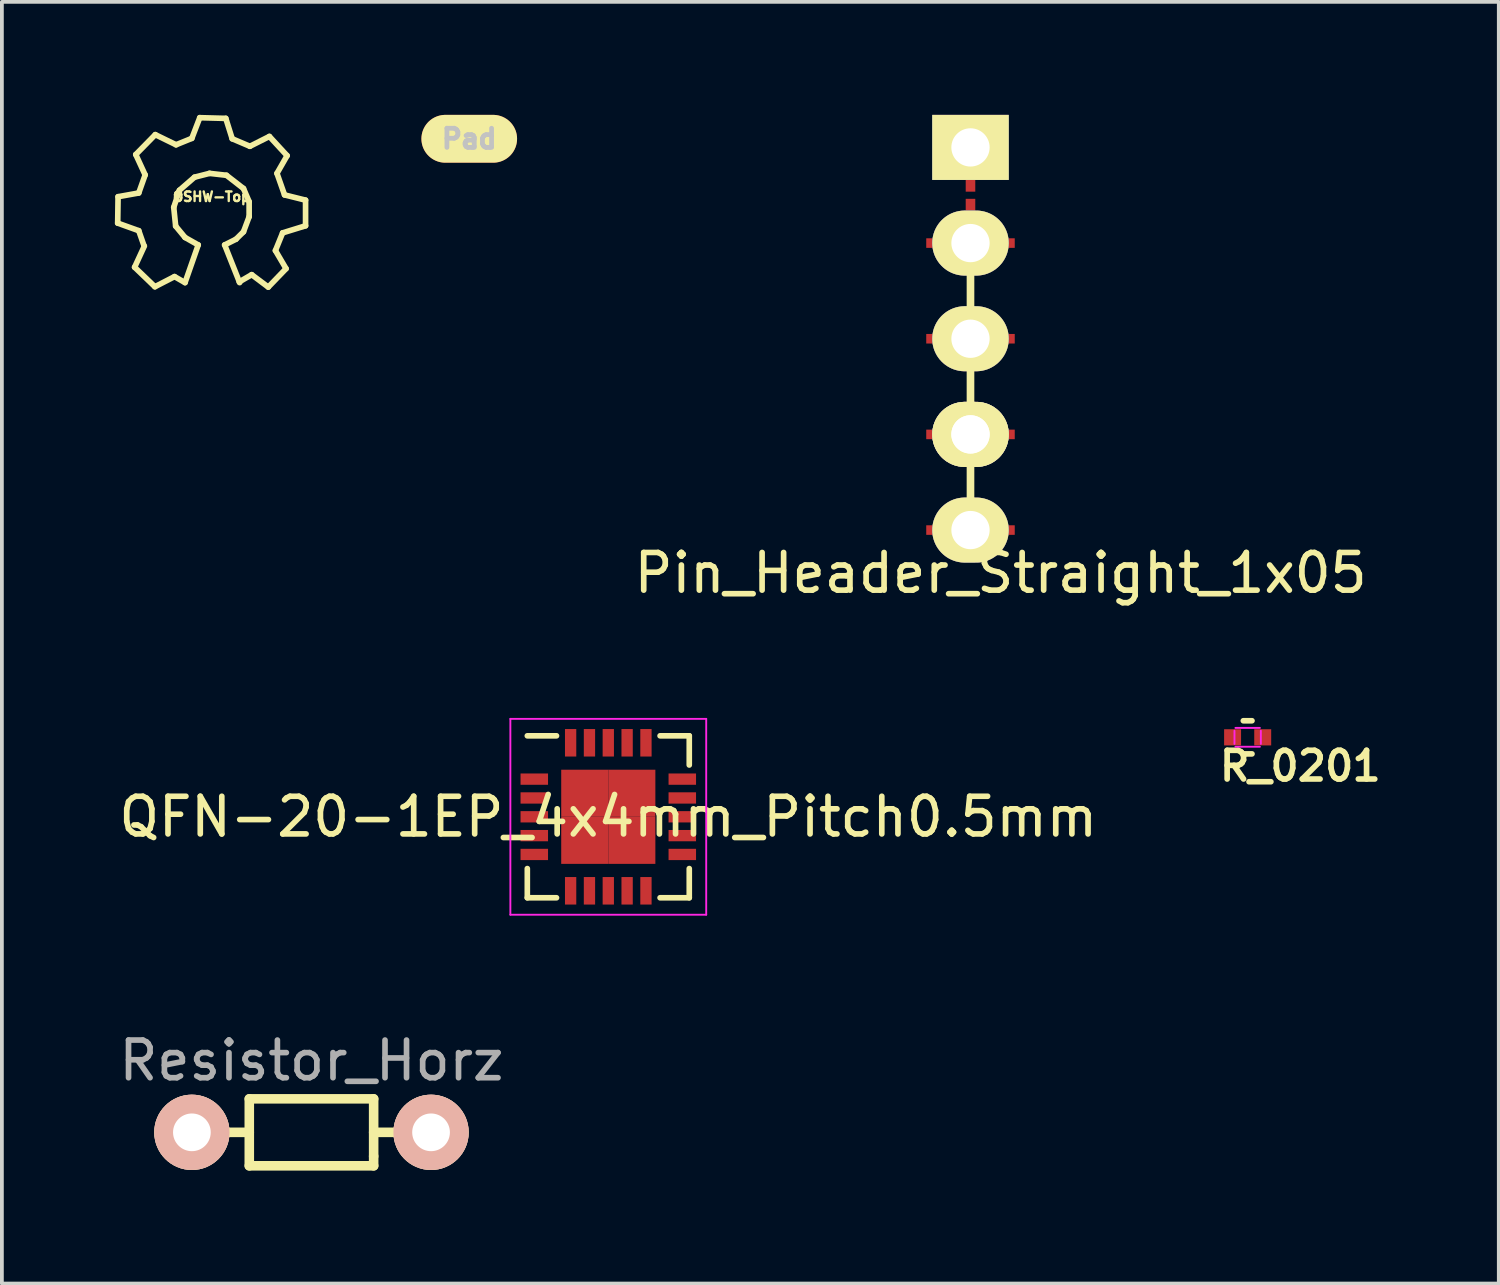
<source format=kicad_pcb>
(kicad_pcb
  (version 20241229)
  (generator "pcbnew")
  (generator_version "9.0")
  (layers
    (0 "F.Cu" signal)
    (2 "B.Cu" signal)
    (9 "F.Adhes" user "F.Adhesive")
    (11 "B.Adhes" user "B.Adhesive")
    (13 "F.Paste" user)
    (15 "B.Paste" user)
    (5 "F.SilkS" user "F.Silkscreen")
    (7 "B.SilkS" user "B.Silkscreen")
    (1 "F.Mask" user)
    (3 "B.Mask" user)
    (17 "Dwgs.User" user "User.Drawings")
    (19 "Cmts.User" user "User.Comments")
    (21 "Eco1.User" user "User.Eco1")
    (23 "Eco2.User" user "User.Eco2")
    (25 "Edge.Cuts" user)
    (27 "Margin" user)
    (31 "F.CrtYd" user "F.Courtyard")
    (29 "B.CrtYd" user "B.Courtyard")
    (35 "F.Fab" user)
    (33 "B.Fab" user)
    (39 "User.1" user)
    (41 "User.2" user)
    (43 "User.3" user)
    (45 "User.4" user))
  (footprint "Pad"
    (layer "F.Cu")
    (at 9.409 0.635)
    (property "Reference" "Pad" (at 0 0 0) (layer "Dwgs.User") (effects (font (size 0.508 0.508) (thickness 0.127))))
    (attr through_hole)
    (pad "1" smd oval (at 0 0) (size 2.54 1.27) (layers "F.Cu" "F.Mask" "F.SilkS" "F.Paste")))
  (footprint "R_0201"
    (layer "F.Cu")
    (at 30.077 16.527)
    (property "Reference" "R_0201" (at 1.397 0.762 0) (layer "F.SilkS") (effects (font (size 0.762 0.762) (thickness 0.15))))
    (attr smd)
    (fp_line (start -0.115 0.44) (end 0.115 0.44) (stroke (width 0.15) (type solid)) (layer "F.SilkS"))
    (fp_line (start 0.115 -0.44) (end -0.115 -0.44) (stroke (width 0.15) (type solid)) (layer "F.SilkS"))
    (fp_line (start -0.35 -0.175) (end -0.35 0.175) (stroke (width 0.05) (type solid)) (layer "F.CrtYd"))
    (fp_line (start -0.325 -0.25) (end 0.325 -0.25) (stroke (width 0.05) (type solid)) (layer "F.CrtYd"))
    (fp_line (start -0.325 0.25) (end 0.325 0.25) (stroke (width 0.05) (type solid)) (layer "F.CrtYd"))
    (fp_line (start 0.35 -0.175) (end 0.35 0.175) (stroke (width 0.05) (type solid)) (layer "F.CrtYd"))
    (pad "1" smd rect (at -0.4 0) (size 0.45 0.43) (layers "F.Cu" "F.Mask" "F.Paste"))
    (pad "2" smd rect (at 0.4 0) (size 0.45 0.43) (layers "F.Cu" "F.Mask" "F.Paste")))
  (footprint "Pin_Header_Straight_1x05"
    (layer "F.Cu")
    (at 22.718 0.864)
    (property "Reference" "Pin_Header_Straight_1x05" (at 0.8 11.3 0) (layer "F.SilkS") (effects (font (size 1 1) (thickness 0.15))))
    (attr through_hole)
    (fp_line (start 0 2.54) (end 0 10.16) (stroke (width 0.203) (type solid)) (layer "F.SilkS"))
    (pad "1" thru_hole rect (at 0 0) (size 2.032 1.727) (drill 1.016) (layers "*.Cu" "*.Mask" "F.SilkS"))
    (pad "1" smd rect (at 0 1.016) (size 0.254 0.318) (layers "F.Cu" "F.Mask" "F.Paste"))
    (pad "2" smd rect (at -1.016 2.54) (size 0.318 0.254) (layers "F.Cu" "F.Mask" "F.Paste"))
    (pad "2" smd rect (at 0 1.524) (size 0.254 0.318) (layers "F.Cu" "F.Mask" "F.Paste"))
    (pad "2" thru_hole oval (at 0 2.54) (size 2.032 1.727) (drill 1.016) (layers "*.Cu" "*.Mask" "F.SilkS"))
    (pad "2" smd rect (at 1.016 2.54) (size 0.318 0.254) (layers "F.Cu" "F.Mask" "F.Paste"))
    (pad "3" smd rect (at -1.016 5.08) (size 0.318 0.254) (layers "F.Cu" "F.Mask" "F.Paste"))
    (pad "3" thru_hole oval (at 0 5.08) (size 2.032 1.727) (drill 1.016) (layers "*.Cu" "*.Mask" "F.SilkS"))
    (pad "3" smd rect (at 1.016 5.08) (size 0.318 0.254) (layers "F.Cu" "F.Mask" "F.Paste"))
    (pad "4" smd rect (at -1.016 7.62) (size 0.318 0.254) (layers "F.Cu" "F.Mask" "F.Paste"))
    (pad "4" thru_hole oval (at 0 7.62) (size 2.032 1.727) (drill 1.016) (layers "*.Cu" "*.Mask" "F.SilkS"))
    (pad "4" thru_hole oval (at 0 7.62) (size 2.032 1.727) (drill 1.016) (layers "*.Cu" "*.Mask" "F.SilkS"))
    (pad "4" smd rect (at 1.016 7.62) (size 0.318 0.254) (layers "F.Cu" "F.Mask" "F.Paste"))
    (pad "5" smd rect (at -1.016 10.16) (size 0.318 0.254) (layers "F.Cu" "F.Mask" "F.Paste"))
    (pad "5" thru_hole oval (at 0 10.16) (size 2.032 1.727) (drill 1.016) (layers "*.Cu" "*.Mask" "F.SilkS"))
    (pad "5" smd rect (at 1.016 10.16) (size 0.318 0.254) (layers "F.Cu" "F.Mask" "F.Paste")))
  (footprint "Resistor_Horz"
    (layer "F.Cu")
    (at 5.22 27.015)
    (property "Reference" "Resistor_Horz" (at 0 -1.905 0) (layer "F.Fab") (effects (font (size 1 1) (thickness 0.15))))
    (attr through_hole)
    (fp_line (start -1.651 -0.889) (end 1.651 -0.889) (stroke (width 0.254) (type solid)) (layer "F.SilkS"))
    (fp_line (start -1.651 0) (end -2.413 0) (stroke (width 0.254) (type solid)) (layer "F.SilkS"))
    (fp_line (start -1.651 0.889) (end -1.651 -0.889) (stroke (width 0.254) (type solid)) (layer "F.SilkS"))
    (fp_line (start 1.651 -0.889) (end 1.651 0.635) (stroke (width 0.254) (type solid)) (layer "F.SilkS"))
    (fp_line (start 1.651 0) (end 2.413 0) (stroke (width 0.254) (type solid)) (layer "F.SilkS"))
    (fp_line (start 1.651 0.889) (end -1.651 0.889) (stroke (width 0.254) (type solid)) (layer "F.SilkS"))
    (fp_line (start 1.651 0.889) (end 1.651 0.635) (stroke (width 0.254) (type solid)) (layer "F.SilkS"))
    (pad "1" thru_hole circle (at -3.175 0) (size 1.999 1.999) (drill 1.001) (layers "*.Cu" "*.SilkS" "*.Mask"))
    (pad "2" thru_hole circle (at 3.175 0) (size 1.999 1.999) (drill 1.001) (layers "*.Cu" "*.SilkS" "*.Mask")))
  (footprint "QFN-20-1EP_4x4mm_Pitch0.5mm"
    (layer "F.Cu")
    (at 13.101 18.637)
    (property "Reference" "QFN-20-1EP_4x4mm_Pitch0.5mm" (at 0 0 0) (layer "F.SilkS") (effects (font (size 1 1) (thickness 0.15))))
    (attr smd)
    (fp_line (start -2.15 -2.15) (end -1.375 -2.15) (stroke (width 0.15) (type solid)) (layer "F.SilkS"))
    (fp_line (start -2.15 2.15) (end -2.15 1.375) (stroke (width 0.15) (type solid)) (layer "F.SilkS"))
    (fp_line (start -2.15 2.15) (end -1.375 2.15) (stroke (width 0.15) (type solid)) (layer "F.SilkS"))
    (fp_line (start 2.15 -2.15) (end 1.375 -2.15) (stroke (width 0.15) (type solid)) (layer "F.SilkS"))
    (fp_line (start 2.15 -2.15) (end 2.15 -1.375) (stroke (width 0.15) (type solid)) (layer "F.SilkS"))
    (fp_line (start 2.15 2.15) (end 1.375 2.15) (stroke (width 0.15) (type solid)) (layer "F.SilkS"))
    (fp_line (start 2.15 2.15) (end 2.15 1.375) (stroke (width 0.15) (type solid)) (layer "F.SilkS"))
    (fp_line (start -2.6 -2.6) (end -2.6 2.6) (stroke (width 0.05) (type solid)) (layer "F.CrtYd"))
    (fp_line (start -2.6 -2.6) (end 2.6 -2.6) (stroke (width 0.05) (type solid)) (layer "F.CrtYd"))
    (fp_line (start -2.6 2.6) (end 2.6 2.6) (stroke (width 0.05) (type solid)) (layer "F.CrtYd"))
    (fp_line (start 2.6 -2.6) (end 2.6 2.6) (stroke (width 0.05) (type solid)) (layer "F.CrtYd"))
    (pad "1" smd rect (at -1.965 -1) (size 0.73 0.3) (layers "F.Cu" "F.Mask" "F.Paste"))
    (pad "2" smd rect (at -1.965 -0.5) (size 0.73 0.3) (layers "F.Cu" "F.Mask" "F.Paste"))
    (pad "3" smd rect (at -1.965 0) (size 0.73 0.3) (layers "F.Cu" "F.Mask" "F.Paste"))
    (pad "4" smd rect (at -1.965 0.5) (size 0.73 0.3) (layers "F.Cu" "F.Mask" "F.Paste"))
    (pad "5" smd rect (at -1.965 1) (size 0.73 0.3) (layers "F.Cu" "F.Mask" "F.Paste"))
    (pad "6" smd rect (at -1 1.965 90) (size 0.73 0.3) (layers "F.Cu" "F.Mask" "F.Paste"))
    (pad "7" smd rect (at -0.5 1.965 90) (size 0.73 0.3) (layers "F.Cu" "F.Mask" "F.Paste"))
    (pad "8" smd rect (at -0.625 -0.625) (size 1.25 1.25) (layers "F.Cu" "F.Mask" "F.Paste"))
    (pad "8" smd rect (at -0.625 0.625) (size 1.25 1.25) (layers "F.Cu" "F.Mask" "F.Paste"))
    (pad "8" smd rect (at 0 1.965 90) (size 0.73 0.3) (layers "F.Cu" "F.Mask" "F.Paste"))
    (pad "8" smd rect (at 0.625 -0.625) (size 1.25 1.25) (layers "F.Cu" "F.Mask" "F.Paste"))
    (pad "8" smd rect (at 0.625 0.625) (size 1.25 1.25) (layers "F.Cu" "F.Mask" "F.Paste"))
    (pad "9" smd rect (at 0.5 1.965 90) (size 0.73 0.3) (layers "F.Cu" "F.Mask" "F.Paste"))
    (pad "10" smd rect (at 1 1.965 90) (size 0.73 0.3) (layers "F.Cu" "F.Mask" "F.Paste"))
    (pad "11" smd rect (at 1.965 1) (size 0.73 0.3) (layers "F.Cu" "F.Mask" "F.Paste"))
    (pad "12" smd rect (at 1.965 0.5) (size 0.73 0.3) (layers "F.Cu" "F.Mask" "F.Paste"))
    (pad "13" smd rect (at 1.965 0) (size 0.73 0.3) (layers "F.Cu" "F.Mask" "F.Paste"))
    (pad "14" smd rect (at 1.965 -0.5) (size 0.73 0.3) (layers "F.Cu" "F.Mask" "F.Paste"))
    (pad "15" smd rect (at 1.965 -1) (size 0.73 0.3) (layers "F.Cu" "F.Mask" "F.Paste"))
    (pad "16" smd rect (at 1 -1.965 90) (size 0.73 0.3) (layers "F.Cu" "F.Mask" "F.Paste"))
    (pad "17" smd rect (at 0.5 -1.965 90) (size 0.73 0.3) (layers "F.Cu" "F.Mask" "F.Paste"))
    (pad "18" smd rect (at 0 -1.965 90) (size 0.73 0.3) (layers "F.Cu" "F.Mask" "F.Paste"))
    (pad "19" smd rect (at -0.5 -1.965 90) (size 0.73 0.3) (layers "F.Cu" "F.Mask" "F.Paste"))
    (pad "20" smd rect (at -1 -1.965 90) (size 0.73 0.3) (layers "F.Cu" "F.Mask" "F.Paste")))
  (footprint "OSHW-Top"
    (layer "F.Cu")
    (at 2.564 2.554)
    (property "Reference" "OSHW-Top" (at 0 -0.381 0) (layer "F.SilkS") (effects (font (size 0.254 0.254) (thickness 0.064))))
    (attr through_hole)
    (fp_line (start -2.489 0.32) (end -1.93 0.521) (stroke (width 0.15) (type solid)) (layer "F.SilkS"))
    (fp_line (start -2.479 -0.381) (end -2.489 0.32) (stroke (width 0.15) (type solid)) (layer "F.SilkS"))
    (fp_line (start -2.04 1.491) (end -1.501 2.009) (stroke (width 0.15) (type solid)) (layer "F.SilkS"))
    (fp_line (start -2.009 -1.501) (end -1.76 -0.96) (stroke (width 0.15) (type solid)) (layer "F.SilkS"))
    (fp_line (start -1.93 -0.48) (end -2.479 -0.381) (stroke (width 0.15) (type solid)) (layer "F.SilkS"))
    (fp_line (start -1.93 0.521) (end -1.791 0.919) (stroke (width 0.15) (type solid)) (layer "F.SilkS"))
    (fp_line (start -1.781 0.93) (end -2.04 1.491) (stroke (width 0.15) (type solid)) (layer "F.SilkS"))
    (fp_line (start -1.76 -0.96) (end -1.93 -0.48) (stroke (width 0.15) (type solid)) (layer "F.SilkS"))
    (fp_line (start -1.501 2.009) (end -0.98 1.74) (stroke (width 0.15) (type solid)) (layer "F.SilkS"))
    (fp_line (start -1.491 -2.029) (end -2.009 -1.501) (stroke (width 0.15) (type solid)) (layer "F.SilkS"))
    (fp_line (start -1.001 -0.099) (end -0.95 0.399) (stroke (width 0.15) (type solid)) (layer "F.SilkS"))
    (fp_line (start -0.98 1.74) (end -0.701 1.9) (stroke (width 0.15) (type solid)) (layer "F.SilkS"))
    (fp_line (start -0.95 0.399) (end -0.701 0.701) (stroke (width 0.15) (type solid)) (layer "F.SilkS"))
    (fp_line (start -0.94 -1.76) (end -1.491 -2.029) (stroke (width 0.15) (type solid)) (layer "F.SilkS"))
    (fp_line (start -0.851 -0.551) (end -1.001 -0.099) (stroke (width 0.15) (type solid)) (layer "F.SilkS"))
    (fp_line (start -0.701 0.701) (end -0.351 0.899) (stroke (width 0.15) (type solid)) (layer "F.SilkS"))
    (fp_line (start -0.521 -1.93) (end -0.94 -1.76) (stroke (width 0.15) (type solid)) (layer "F.SilkS"))
    (fp_line (start -0.45 -0.899) (end -0.851 -0.551) (stroke (width 0.15) (type solid)) (layer "F.SilkS"))
    (fp_line (start -0.351 0.899) (end -0.701 1.9) (stroke (width 0.15) (type solid)) (layer "F.SilkS"))
    (fp_line (start -0.31 -2.479) (end -0.521 -1.93) (stroke (width 0.15) (type solid)) (layer "F.SilkS"))
    (fp_line (start -0.051 -1.001) (end -0.45 -0.899) (stroke (width 0.15) (type solid)) (layer "F.SilkS"))
    (fp_line (start 0.351 0.899) (end 0.65 0.749) (stroke (width 0.15) (type solid)) (layer "F.SilkS"))
    (fp_line (start 0.351 0.899) (end 0.749 1.9) (stroke (width 0.15) (type solid)) (layer "F.SilkS"))
    (fp_line (start 0.381 -2.461) (end -0.31 -2.479) (stroke (width 0.15) (type solid)) (layer "F.SilkS"))
    (fp_line (start 0.399 -0.95) (end -0.051 -1.001) (stroke (width 0.15) (type solid)) (layer "F.SilkS"))
    (fp_line (start 0.551 -1.92) (end 0.381 -2.461) (stroke (width 0.15) (type solid)) (layer "F.SilkS"))
    (fp_line (start 0.65 0.749) (end 0.851 0.551) (stroke (width 0.15) (type solid)) (layer "F.SilkS"))
    (fp_line (start 0.739 1.88) (end 1.069 1.689) (stroke (width 0.15) (type solid)) (layer "F.SilkS"))
    (fp_line (start 0.851 -0.599) (end 0.399 -0.95) (stroke (width 0.15) (type solid)) (layer "F.SilkS"))
    (fp_line (start 0.851 0.551) (end 1.001 0.15) (stroke (width 0.15) (type solid)) (layer "F.SilkS"))
    (fp_line (start 1.001 -0.249) (end 0.851 -0.599) (stroke (width 0.15) (type solid)) (layer "F.SilkS"))
    (fp_line (start 1.001 0.15) (end 1.001 -0.249) (stroke (width 0.15) (type solid)) (layer "F.SilkS"))
    (fp_line (start 1.021 -1.72) (end 0.551 -1.92) (stroke (width 0.15) (type solid)) (layer "F.SilkS"))
    (fp_line (start 1.069 1.689) (end 1.509 2.019) (stroke (width 0.15) (type solid)) (layer "F.SilkS"))
    (fp_line (start 1.509 2.019) (end 1.981 1.529) (stroke (width 0.15) (type solid)) (layer "F.SilkS"))
    (fp_line (start 1.539 -1.981) (end 1.021 -1.72) (stroke (width 0.15) (type solid)) (layer "F.SilkS"))
    (fp_line (start 1.699 1.049) (end 1.89 0.579) (stroke (width 0.15) (type solid)) (layer "F.SilkS"))
    (fp_line (start 1.74 -1.001) (end 2.009 -1.471) (stroke (width 0.15) (type solid)) (layer "F.SilkS"))
    (fp_line (start 1.89 0.579) (end 2.499 0.391) (stroke (width 0.15) (type solid)) (layer "F.SilkS"))
    (fp_line (start 1.941 -0.429) (end 1.74 -1.001) (stroke (width 0.15) (type solid)) (layer "F.SilkS"))
    (fp_line (start 1.981 1.529) (end 1.699 1.049) (stroke (width 0.15) (type solid)) (layer "F.SilkS"))
    (fp_line (start 2.009 -1.471) (end 1.539 -1.981) (stroke (width 0.15) (type solid)) (layer "F.SilkS"))
    (fp_line (start 2.499 -0.29) (end 1.941 -0.429) (stroke (width 0.15) (type solid)) (layer "F.SilkS"))
    (fp_line (start 2.499 0.391) (end 2.499 -0.29) (stroke (width 0.15) (type solid)) (layer "F.SilkS")))
  (gr_rect
    (start -3 -3)
    (end 36.745 31.031)
    (stroke (width 0.1) (type default))
    (fill no)
    (layer "Edge.Cuts")))
</source>
